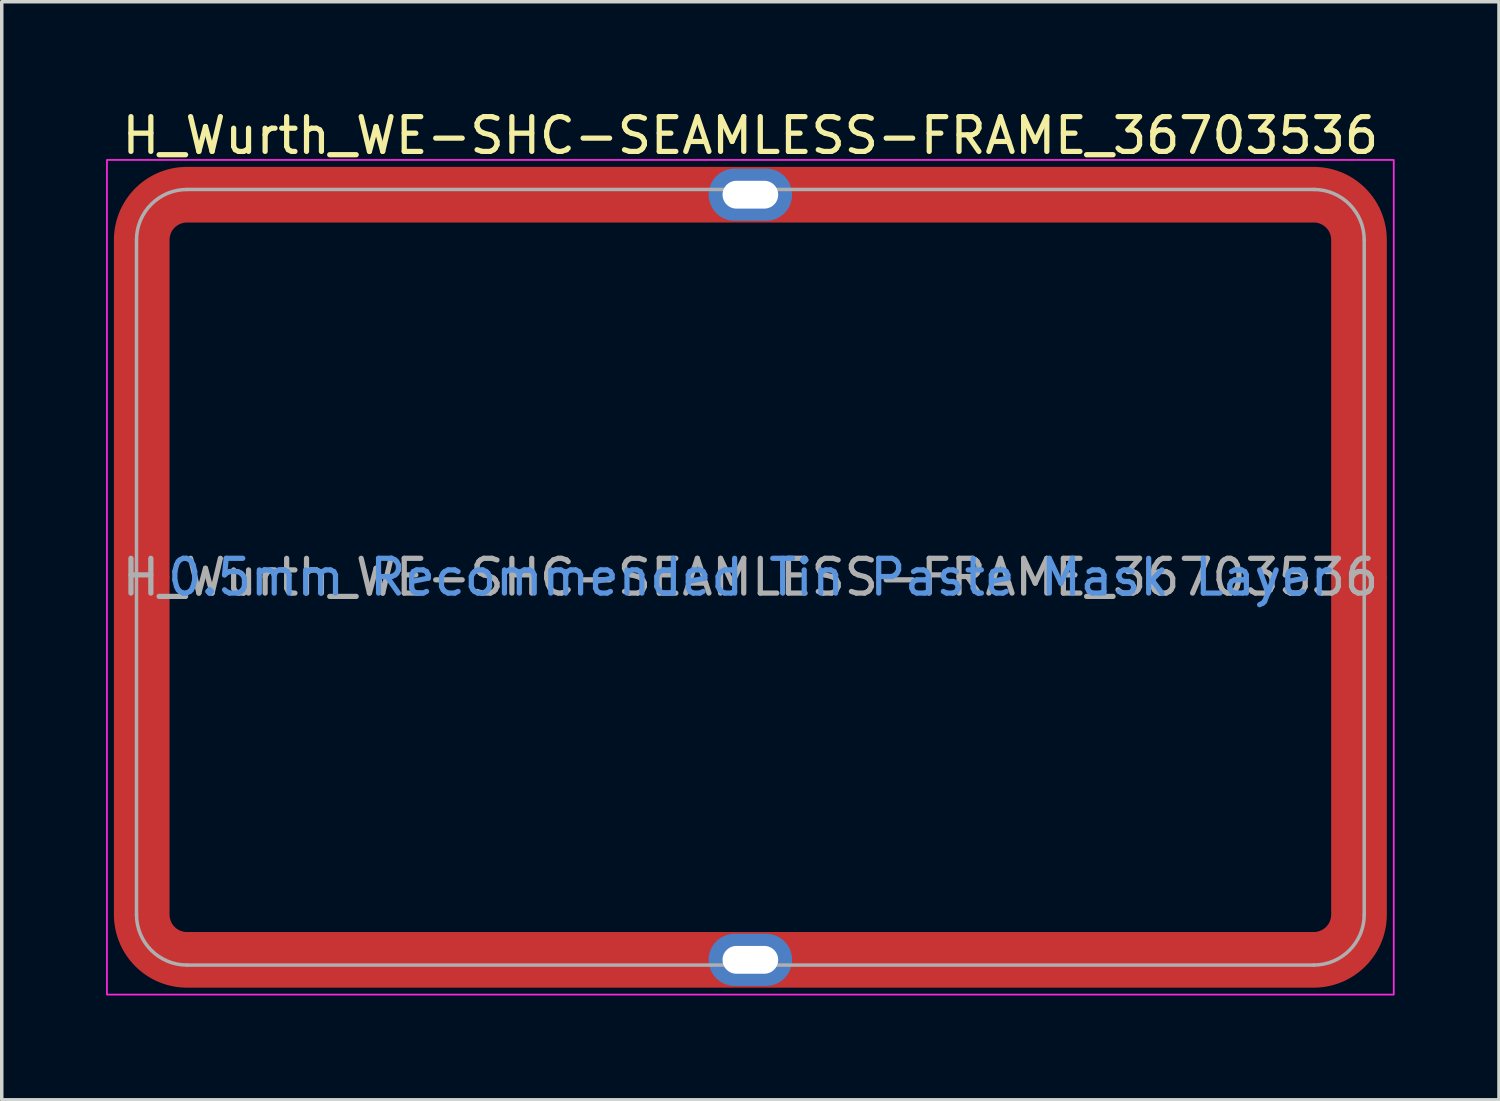
<source format=kicad_pcb>
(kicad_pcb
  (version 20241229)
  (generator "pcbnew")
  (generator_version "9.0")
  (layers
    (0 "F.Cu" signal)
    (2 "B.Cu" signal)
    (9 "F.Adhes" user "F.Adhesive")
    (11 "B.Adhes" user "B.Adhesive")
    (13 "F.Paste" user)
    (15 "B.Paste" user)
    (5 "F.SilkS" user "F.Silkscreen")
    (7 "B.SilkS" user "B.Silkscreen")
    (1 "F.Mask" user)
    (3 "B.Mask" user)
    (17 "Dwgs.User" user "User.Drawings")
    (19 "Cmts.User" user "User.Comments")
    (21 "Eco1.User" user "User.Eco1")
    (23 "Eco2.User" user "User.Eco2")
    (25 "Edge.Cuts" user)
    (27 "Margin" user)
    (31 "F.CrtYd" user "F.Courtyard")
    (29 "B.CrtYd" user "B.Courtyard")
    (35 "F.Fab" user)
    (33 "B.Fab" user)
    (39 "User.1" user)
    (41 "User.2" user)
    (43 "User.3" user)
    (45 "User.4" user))
  (footprint "H_Wurth_WE-SHC-SEAMLESS-FRAME_36703536"
    (layer "F.Cu")
    (at 18.525 13.548)
    (property "Reference" "H_Wurth_WE-SHC-SEAMLESS-FRAME_36703536" (at 0 -12.7 0) (unlocked yes) (layer "F.SilkS") (effects (font (size 1 1) (thickness 0.15))))
    (attr smd)
    (fp_poly (pts (xy -16.75 0.004) (xy -18.25 0.004) (xy -18.25 -9.7) (xy -18.247 -9.807) (xy -18.239 -9.914) (xy -18.225 -10.021) (xy -18.205 -10.126) (xy -18.18 -10.231) (xy -18.15 -10.333) (xy -18.114 -10.435) (xy -18.073 -10.534) (xy -18.027 -10.631) (xy -17.975 -10.725) (xy -17.919 -10.817) (xy -17.858 -10.905) (xy -17.793 -10.99) (xy -17.723 -11.072) (xy -17.65 -11.15) (xy -17.572 -11.223) (xy -17.49 -11.293) (xy -17.405 -11.358) (xy -17.317 -11.419) (xy -17.225 -11.475) (xy -17.131 -11.527) (xy -17.034 -11.573) (xy -16.935 -11.614) (xy -16.833 -11.65) (xy -16.731 -11.68) (xy -16.626 -11.705) (xy -16.521 -11.725) (xy -16.414 -11.739) (xy -16.307 -11.747) (xy -16.2 -11.75) (xy 16.2 -11.75) (xy 16.307 -11.747) (xy 16.414 -11.739) (xy 16.521 -11.725) (xy 16.626 -11.705) (xy 16.731 -11.68) (xy 16.833 -11.65) (xy 16.935 -11.614) (xy 17.034 -11.573) (xy 17.131 -11.527) (xy 17.225 -11.475) (xy 17.317 -11.419) (xy 17.405 -11.358) (xy 17.49 -11.293) (xy 17.572 -11.223) (xy 17.65 -11.15) (xy 17.723 -11.072) (xy 17.793 -10.99) (xy 17.858 -10.905) (xy 17.919 -10.817) (xy 17.975 -10.725) (xy 18.027 -10.631) (xy 18.073 -10.534) (xy 18.114 -10.435) (xy 18.15 -10.333) (xy 18.18 -10.231) (xy 18.205 -10.126) (xy 18.225 -10.021) (xy 18.239 -9.914) (xy 18.247 -9.807) (xy 18.25 -9.7) (xy 18.25 0.004) (xy 16.75 0.004) (xy 16.75 -9.7) (xy 16.749 -9.729) (xy 16.747 -9.757) (xy 16.743 -9.786) (xy 16.738 -9.814) (xy 16.731 -9.842) (xy 16.723 -9.87) (xy 16.713 -9.897) (xy 16.702 -9.924) (xy 16.69 -9.95) (xy 16.676 -9.975) (xy 16.661 -10) (xy 16.645 -10.023) (xy 16.627 -10.046) (xy 16.609 -10.068) (xy 16.589 -10.089) (xy 16.568 -10.109) (xy 16.546 -10.127) (xy 16.523 -10.145) (xy 16.5 -10.161) (xy 16.475 -10.176) (xy 16.45 -10.19) (xy 16.424 -10.202) (xy 16.397 -10.213) (xy 16.37 -10.223) (xy 16.342 -10.231) (xy 16.314 -10.238) (xy 16.286 -10.243) (xy 16.257 -10.247) (xy 16.229 -10.249) (xy 16.2 -10.25) (xy -16.2 -10.25) (xy -16.229 -10.249) (xy -16.257 -10.247) (xy -16.286 -10.243) (xy -16.314 -10.238) (xy -16.342 -10.231) (xy -16.37 -10.223) (xy -16.397 -10.213) (xy -16.424 -10.202) (xy -16.45 -10.19) (xy -16.475 -10.176) (xy -16.5 -10.161) (xy -16.523 -10.145) (xy -16.546 -10.127) (xy -16.568 -10.109) (xy -16.589 -10.089) (xy -16.609 -10.068) (xy -16.627 -10.046) (xy -16.645 -10.023) (xy -16.661 -10) (xy -16.676 -9.975) (xy -16.69 -9.95) (xy -16.702 -9.924) (xy -16.713 -9.897) (xy -16.723 -9.87) (xy -16.731 -9.842) (xy -16.738 -9.814) (xy -16.743 -9.786) (xy -16.747 -9.757) (xy -16.749 -9.729) (xy -16.75 -9.7) (xy -16.75 -0.25)) (stroke (width 0.1) (type solid)) (fill yes) (layer "F.Cu"))
    (fp_poly (pts (xy 16.75 -0.004) (xy 18.25 -0.004) (xy 18.25 9.7) (xy 18.247 9.807) (xy 18.239 9.914) (xy 18.225 10.021) (xy 18.205 10.126) (xy 18.18 10.231) (xy 18.15 10.333) (xy 18.114 10.435) (xy 18.073 10.534) (xy 18.027 10.631) (xy 17.975 10.725) (xy 17.919 10.817) (xy 17.858 10.905) (xy 17.793 10.99) (xy 17.723 11.072) (xy 17.65 11.15) (xy 17.572 11.223) (xy 17.49 11.293) (xy 17.405 11.358) (xy 17.317 11.419) (xy 17.225 11.475) (xy 17.131 11.527) (xy 17.034 11.573) (xy 16.935 11.614) (xy 16.833 11.65) (xy 16.731 11.68) (xy 16.626 11.705) (xy 16.521 11.725) (xy 16.414 11.739) (xy 16.307 11.747) (xy 16.2 11.75) (xy -16.2 11.75) (xy -16.307 11.747) (xy -16.414 11.739) (xy -16.521 11.725) (xy -16.626 11.705) (xy -16.731 11.68) (xy -16.833 11.65) (xy -16.935 11.614) (xy -17.034 11.573) (xy -17.131 11.527) (xy -17.225 11.475) (xy -17.317 11.419) (xy -17.405 11.358) (xy -17.49 11.293) (xy -17.572 11.223) (xy -17.65 11.15) (xy -17.723 11.072) (xy -17.793 10.99) (xy -17.858 10.905) (xy -17.919 10.817) (xy -17.975 10.725) (xy -18.027 10.631) (xy -18.073 10.534) (xy -18.114 10.435) (xy -18.15 10.333) (xy -18.18 10.231) (xy -18.205 10.126) (xy -18.225 10.021) (xy -18.239 9.914) (xy -18.247 9.807) (xy -18.25 9.7) (xy -18.25 -0.004) (xy -16.75 -0.004) (xy -16.75 9.7) (xy -16.749 9.729) (xy -16.747 9.757) (xy -16.743 9.786) (xy -16.738 9.814) (xy -16.731 9.842) (xy -16.723 9.87) (xy -16.713 9.897) (xy -16.702 9.924) (xy -16.69 9.95) (xy -16.676 9.975) (xy -16.661 10) (xy -16.645 10.023) (xy -16.627 10.046) (xy -16.609 10.068) (xy -16.589 10.089) (xy -16.568 10.109) (xy -16.546 10.127) (xy -16.523 10.145) (xy -16.5 10.161) (xy -16.475 10.176) (xy -16.45 10.19) (xy -16.424 10.202) (xy -16.397 10.213) (xy -16.37 10.223) (xy -16.342 10.231) (xy -16.314 10.238) (xy -16.286 10.243) (xy -16.257 10.247) (xy -16.229 10.249) (xy -16.2 10.25) (xy 16.2 10.25) (xy 16.229 10.249) (xy 16.257 10.247) (xy 16.286 10.243) (xy 16.314 10.238) (xy 16.342 10.231) (xy 16.37 10.223) (xy 16.397 10.213) (xy 16.424 10.202) (xy 16.45 10.19) (xy 16.475 10.176) (xy 16.5 10.161) (xy 16.523 10.145) (xy 16.546 10.127) (xy 16.568 10.109) (xy 16.589 10.089) (xy 16.609 10.068) (xy 16.627 10.046) (xy 16.645 10.023) (xy 16.661 10) (xy 16.676 9.975) (xy 16.69 9.95) (xy 16.702 9.924) (xy 16.713 9.897) (xy 16.723 9.87) (xy 16.731 9.842) (xy 16.738 9.814) (xy 16.743 9.786) (xy 16.747 9.757) (xy 16.749 9.729) (xy 16.75 9.7) (xy 16.75 0.25)) (stroke (width 0.1) (type solid)) (fill yes) (layer "F.Cu"))
    (fp_poly (pts (xy -16.75 0.004) (xy -18.25 0.004) (xy -18.25 -9.7) (xy -18.247 -9.807) (xy -18.239 -9.914) (xy -18.225 -10.021) (xy -18.205 -10.126) (xy -18.18 -10.231) (xy -18.15 -10.333) (xy -18.114 -10.435) (xy -18.073 -10.534) (xy -18.027 -10.631) (xy -17.975 -10.725) (xy -17.919 -10.817) (xy -17.858 -10.905) (xy -17.793 -10.99) (xy -17.723 -11.072) (xy -17.65 -11.15) (xy -17.572 -11.223) (xy -17.49 -11.293) (xy -17.405 -11.358) (xy -17.317 -11.419) (xy -17.225 -11.475) (xy -17.131 -11.527) (xy -17.034 -11.573) (xy -16.935 -11.614) (xy -16.833 -11.65) (xy -16.731 -11.68) (xy -16.626 -11.705) (xy -16.521 -11.725) (xy -16.414 -11.739) (xy -16.307 -11.747) (xy -16.2 -11.75) (xy 16.2 -11.75) (xy 16.307 -11.747) (xy 16.414 -11.739) (xy 16.521 -11.725) (xy 16.626 -11.705) (xy 16.731 -11.68) (xy 16.833 -11.65) (xy 16.935 -11.614) (xy 17.034 -11.573) (xy 17.131 -11.527) (xy 17.225 -11.475) (xy 17.317 -11.419) (xy 17.405 -11.358) (xy 17.49 -11.293) (xy 17.572 -11.223) (xy 17.65 -11.15) (xy 17.723 -11.072) (xy 17.793 -10.99) (xy 17.858 -10.905) (xy 17.919 -10.817) (xy 17.975 -10.725) (xy 18.027 -10.631) (xy 18.073 -10.534) (xy 18.114 -10.435) (xy 18.15 -10.333) (xy 18.18 -10.231) (xy 18.205 -10.126) (xy 18.225 -10.021) (xy 18.239 -9.914) (xy 18.247 -9.807) (xy 18.25 -9.7) (xy 18.25 0.004) (xy 16.75 0.004) (xy 16.75 -9.7) (xy 16.749 -9.729) (xy 16.747 -9.757) (xy 16.743 -9.786) (xy 16.738 -9.814) (xy 16.731 -9.842) (xy 16.723 -9.87) (xy 16.713 -9.897) (xy 16.702 -9.924) (xy 16.69 -9.95) (xy 16.676 -9.975) (xy 16.661 -10) (xy 16.645 -10.023) (xy 16.627 -10.046) (xy 16.609 -10.068) (xy 16.589 -10.089) (xy 16.568 -10.109) (xy 16.546 -10.127) (xy 16.523 -10.145) (xy 16.5 -10.161) (xy 16.475 -10.176) (xy 16.45 -10.19) (xy 16.424 -10.202) (xy 16.397 -10.213) (xy 16.37 -10.223) (xy 16.342 -10.231) (xy 16.314 -10.238) (xy 16.286 -10.243) (xy 16.257 -10.247) (xy 16.229 -10.249) (xy 16.2 -10.25) (xy -16.2 -10.25) (xy -16.229 -10.249) (xy -16.257 -10.247) (xy -16.286 -10.243) (xy -16.314 -10.238) (xy -16.342 -10.231) (xy -16.37 -10.223) (xy -16.397 -10.213) (xy -16.424 -10.202) (xy -16.45 -10.19) (xy -16.475 -10.176) (xy -16.5 -10.161) (xy -16.523 -10.145) (xy -16.546 -10.127) (xy -16.568 -10.109) (xy -16.589 -10.089) (xy -16.609 -10.068) (xy -16.627 -10.046) (xy -16.645 -10.023) (xy -16.661 -10) (xy -16.676 -9.975) (xy -16.69 -9.95) (xy -16.702 -9.924) (xy -16.713 -9.897) (xy -16.723 -9.87) (xy -16.731 -9.842) (xy -16.738 -9.814) (xy -16.743 -9.786) (xy -16.747 -9.757) (xy -16.749 -9.729) (xy -16.75 -9.7) (xy -16.75 -0.25)) (stroke (width 0.1) (type solid)) (fill yes) (layer "F.Mask"))
    (fp_poly (pts (xy 16.75 -0.004) (xy 18.25 -0.004) (xy 18.25 9.7) (xy 18.247 9.807) (xy 18.239 9.914) (xy 18.225 10.021) (xy 18.205 10.126) (xy 18.18 10.231) (xy 18.15 10.333) (xy 18.114 10.435) (xy 18.073 10.534) (xy 18.027 10.631) (xy 17.975 10.725) (xy 17.919 10.817) (xy 17.858 10.905) (xy 17.793 10.99) (xy 17.723 11.072) (xy 17.65 11.15) (xy 17.572 11.223) (xy 17.49 11.293) (xy 17.405 11.358) (xy 17.317 11.419) (xy 17.225 11.475) (xy 17.131 11.527) (xy 17.034 11.573) (xy 16.935 11.614) (xy 16.833 11.65) (xy 16.731 11.68) (xy 16.626 11.705) (xy 16.521 11.725) (xy 16.414 11.739) (xy 16.307 11.747) (xy 16.2 11.75) (xy -16.2 11.75) (xy -16.307 11.747) (xy -16.414 11.739) (xy -16.521 11.725) (xy -16.626 11.705) (xy -16.731 11.68) (xy -16.833 11.65) (xy -16.935 11.614) (xy -17.034 11.573) (xy -17.131 11.527) (xy -17.225 11.475) (xy -17.317 11.419) (xy -17.405 11.358) (xy -17.49 11.293) (xy -17.572 11.223) (xy -17.65 11.15) (xy -17.723 11.072) (xy -17.793 10.99) (xy -17.858 10.905) (xy -17.919 10.817) (xy -17.975 10.725) (xy -18.027 10.631) (xy -18.073 10.534) (xy -18.114 10.435) (xy -18.15 10.333) (xy -18.18 10.231) (xy -18.205 10.126) (xy -18.225 10.021) (xy -18.239 9.914) (xy -18.247 9.807) (xy -18.25 9.7) (xy -18.25 -0.004) (xy -16.75 -0.004) (xy -16.75 9.7) (xy -16.749 9.729) (xy -16.747 9.757) (xy -16.743 9.786) (xy -16.738 9.814) (xy -16.731 9.842) (xy -16.723 9.87) (xy -16.713 9.897) (xy -16.702 9.924) (xy -16.69 9.95) (xy -16.676 9.975) (xy -16.661 10) (xy -16.645 10.023) (xy -16.627 10.046) (xy -16.609 10.068) (xy -16.589 10.089) (xy -16.568 10.109) (xy -16.546 10.127) (xy -16.523 10.145) (xy -16.5 10.161) (xy -16.475 10.176) (xy -16.45 10.19) (xy -16.424 10.202) (xy -16.397 10.213) (xy -16.37 10.223) (xy -16.342 10.231) (xy -16.314 10.238) (xy -16.286 10.243) (xy -16.257 10.247) (xy -16.229 10.249) (xy -16.2 10.25) (xy 16.2 10.25) (xy 16.229 10.249) (xy 16.257 10.247) (xy 16.286 10.243) (xy 16.314 10.238) (xy 16.342 10.231) (xy 16.37 10.223) (xy 16.397 10.213) (xy 16.424 10.202) (xy 16.45 10.19) (xy 16.475 10.176) (xy 16.5 10.161) (xy 16.523 10.145) (xy 16.546 10.127) (xy 16.568 10.109) (xy 16.589 10.089) (xy 16.609 10.068) (xy 16.627 10.046) (xy 16.645 10.023) (xy 16.661 10) (xy 16.676 9.975) (xy 16.69 9.95) (xy 16.702 9.924) (xy 16.713 9.897) (xy 16.723 9.87) (xy 16.731 9.842) (xy 16.738 9.814) (xy 16.743 9.786) (xy 16.747 9.757) (xy 16.749 9.729) (xy 16.75 9.7) (xy 16.75 0.25)) (stroke (width 0.1) (type solid)) (fill yes) (layer "F.Mask"))
    (fp_poly (pts (xy -16.75 0.004) (xy -18.25 0.004) (xy -18.25 -9.7) (xy -18.247 -9.807) (xy -18.239 -9.914) (xy -18.225 -10.021) (xy -18.205 -10.126) (xy -18.18 -10.231) (xy -18.15 -10.333) (xy -18.114 -10.435) (xy -18.073 -10.534) (xy -18.027 -10.631) (xy -17.975 -10.725) (xy -17.919 -10.817) (xy -17.858 -10.905) (xy -17.793 -10.99) (xy -17.723 -11.072) (xy -17.65 -11.15) (xy -17.572 -11.223) (xy -17.49 -11.293) (xy -17.405 -11.358) (xy -17.317 -11.419) (xy -17.225 -11.475) (xy -17.131 -11.527) (xy -17.034 -11.573) (xy -16.935 -11.614) (xy -16.833 -11.65) (xy -16.731 -11.68) (xy -16.626 -11.705) (xy -16.521 -11.725) (xy -16.414 -11.739) (xy -16.307 -11.747) (xy -16.2 -11.75) (xy 16.2 -11.75) (xy 16.307 -11.747) (xy 16.414 -11.739) (xy 16.521 -11.725) (xy 16.626 -11.705) (xy 16.731 -11.68) (xy 16.833 -11.65) (xy 16.935 -11.614) (xy 17.034 -11.573) (xy 17.131 -11.527) (xy 17.225 -11.475) (xy 17.317 -11.419) (xy 17.405 -11.358) (xy 17.49 -11.293) (xy 17.572 -11.223) (xy 17.65 -11.15) (xy 17.723 -11.072) (xy 17.793 -10.99) (xy 17.858 -10.905) (xy 17.919 -10.817) (xy 17.975 -10.725) (xy 18.027 -10.631) (xy 18.073 -10.534) (xy 18.114 -10.435) (xy 18.15 -10.333) (xy 18.18 -10.231) (xy 18.205 -10.126) (xy 18.225 -10.021) (xy 18.239 -9.914) (xy 18.247 -9.807) (xy 18.25 -9.7) (xy 18.25 0.004) (xy 16.75 0.004) (xy 16.75 -9.7) (xy 16.749 -9.729) (xy 16.747 -9.757) (xy 16.743 -9.786) (xy 16.738 -9.814) (xy 16.731 -9.842) (xy 16.723 -9.87) (xy 16.713 -9.897) (xy 16.702 -9.924) (xy 16.69 -9.95) (xy 16.676 -9.975) (xy 16.661 -10) (xy 16.645 -10.023) (xy 16.627 -10.046) (xy 16.609 -10.068) (xy 16.589 -10.089) (xy 16.568 -10.109) (xy 16.546 -10.127) (xy 16.523 -10.145) (xy 16.5 -10.161) (xy 16.475 -10.176) (xy 16.45 -10.19) (xy 16.424 -10.202) (xy 16.397 -10.213) (xy 16.37 -10.223) (xy 16.342 -10.231) (xy 16.314 -10.238) (xy 16.286 -10.243) (xy 16.257 -10.247) (xy 16.229 -10.249) (xy 16.2 -10.25) (xy -16.2 -10.25) (xy -16.229 -10.249) (xy -16.257 -10.247) (xy -16.286 -10.243) (xy -16.314 -10.238) (xy -16.342 -10.231) (xy -16.37 -10.223) (xy -16.397 -10.213) (xy -16.424 -10.202) (xy -16.45 -10.19) (xy -16.475 -10.176) (xy -16.5 -10.161) (xy -16.523 -10.145) (xy -16.546 -10.127) (xy -16.568 -10.109) (xy -16.589 -10.089) (xy -16.609 -10.068) (xy -16.627 -10.046) (xy -16.645 -10.023) (xy -16.661 -10) (xy -16.676 -9.975) (xy -16.69 -9.95) (xy -16.702 -9.924) (xy -16.713 -9.897) (xy -16.723 -9.87) (xy -16.731 -9.842) (xy -16.738 -9.814) (xy -16.743 -9.786) (xy -16.747 -9.757) (xy -16.749 -9.729) (xy -16.75 -9.7) (xy -16.75 -0.25)) (stroke (width 0.1) (type solid)) (fill yes) (layer "F.Paste"))
    (fp_poly (pts (xy 16.75 -0.004) (xy 18.25 -0.004) (xy 18.25 9.7) (xy 18.247 9.807) (xy 18.239 9.914) (xy 18.225 10.021) (xy 18.205 10.126) (xy 18.18 10.231) (xy 18.15 10.333) (xy 18.114 10.435) (xy 18.073 10.534) (xy 18.027 10.631) (xy 17.975 10.725) (xy 17.919 10.817) (xy 17.858 10.905) (xy 17.793 10.99) (xy 17.723 11.072) (xy 17.65 11.15) (xy 17.572 11.223) (xy 17.49 11.293) (xy 17.405 11.358) (xy 17.317 11.419) (xy 17.225 11.475) (xy 17.131 11.527) (xy 17.034 11.573) (xy 16.935 11.614) (xy 16.833 11.65) (xy 16.731 11.68) (xy 16.626 11.705) (xy 16.521 11.725) (xy 16.414 11.739) (xy 16.307 11.747) (xy 16.2 11.75) (xy -16.2 11.75) (xy -16.307 11.747) (xy -16.414 11.739) (xy -16.521 11.725) (xy -16.626 11.705) (xy -16.731 11.68) (xy -16.833 11.65) (xy -16.935 11.614) (xy -17.034 11.573) (xy -17.131 11.527) (xy -17.225 11.475) (xy -17.317 11.419) (xy -17.405 11.358) (xy -17.49 11.293) (xy -17.572 11.223) (xy -17.65 11.15) (xy -17.723 11.072) (xy -17.793 10.99) (xy -17.858 10.905) (xy -17.919 10.817) (xy -17.975 10.725) (xy -18.027 10.631) (xy -18.073 10.534) (xy -18.114 10.435) (xy -18.15 10.333) (xy -18.18 10.231) (xy -18.205 10.126) (xy -18.225 10.021) (xy -18.239 9.914) (xy -18.247 9.807) (xy -18.25 9.7) (xy -18.25 -0.004) (xy -16.75 -0.004) (xy -16.75 9.7) (xy -16.749 9.729) (xy -16.747 9.757) (xy -16.743 9.786) (xy -16.738 9.814) (xy -16.731 9.842) (xy -16.723 9.87) (xy -16.713 9.897) (xy -16.702 9.924) (xy -16.69 9.95) (xy -16.676 9.975) (xy -16.661 10) (xy -16.645 10.023) (xy -16.627 10.046) (xy -16.609 10.068) (xy -16.589 10.089) (xy -16.568 10.109) (xy -16.546 10.127) (xy -16.523 10.145) (xy -16.5 10.161) (xy -16.475 10.176) (xy -16.45 10.19) (xy -16.424 10.202) (xy -16.397 10.213) (xy -16.37 10.223) (xy -16.342 10.231) (xy -16.314 10.238) (xy -16.286 10.243) (xy -16.257 10.247) (xy -16.229 10.249) (xy -16.2 10.25) (xy 16.2 10.25) (xy 16.229 10.249) (xy 16.257 10.247) (xy 16.286 10.243) (xy 16.314 10.238) (xy 16.342 10.231) (xy 16.37 10.223) (xy 16.397 10.213) (xy 16.424 10.202) (xy 16.45 10.19) (xy 16.475 10.176) (xy 16.5 10.161) (xy 16.523 10.145) (xy 16.546 10.127) (xy 16.568 10.109) (xy 16.589 10.089) (xy 16.609 10.068) (xy 16.627 10.046) (xy 16.645 10.023) (xy 16.661 10) (xy 16.676 9.975) (xy 16.69 9.95) (xy 16.702 9.924) (xy 16.713 9.897) (xy 16.723 9.87) (xy 16.731 9.842) (xy 16.738 9.814) (xy 16.743 9.786) (xy 16.747 9.757) (xy 16.749 9.729) (xy 16.75 9.7) (xy 16.75 0.25)) (stroke (width 0.1) (type solid)) (fill yes) (layer "F.Paste"))
    (fp_rect (start -18.5 -12) (end 18.5 12) (stroke (width 0.05) (type solid)) (fill no) (layer "F.CrtYd"))
    (fp_line (start -17.65 9.7) (end -17.65 -9.7) (stroke (width 0.1) (type solid)) (layer "F.Fab"))
    (fp_line (start -16.2 -11.15) (end 16.2 -11.15) (stroke (width 0.1) (type solid)) (layer "F.Fab"))
    (fp_line (start -16.2 11.15) (end 16.2 11.15) (stroke (width 0.1) (type solid)) (layer "F.Fab"))
    (fp_line (start 17.65 9.7) (end 17.65 -9.7) (stroke (width 0.1) (type solid)) (layer "F.Fab"))
    (fp_arc (start -17.65 -9.7) (mid -17.225305 -10.725304) (end -16.2 -11.15) (stroke (width 0.1) (type solid)) (layer "F.Fab"))
    (fp_arc (start -16.2 11.15) (mid -17.225304 10.725305) (end -17.65 9.7) (stroke (width 0.1) (type solid)) (layer "F.Fab"))
    (fp_arc (start 16.2 -11.15) (mid 17.225304 -10.725305) (end 17.65 -9.7) (stroke (width 0.1) (type solid)) (layer "F.Fab"))
    (fp_arc (start 17.65 9.7) (mid 17.225305 10.725304) (end 16.2 11.15) (stroke (width 0.1) (type solid)) (layer "F.Fab"))
    (fp_text user "0.5mm Recommended Tin Paste Mask Layer" (at 0 0 0) (unlocked yes) (layer "Cmts.User") (effects (font (size 1 1) (thickness 0.15))))
    (fp_text user "${REFERENCE}" (at 0 0 0) (unlocked yes) (layer "F.Fab") (effects (font (size 1 1) (thickness 0.15))))
    (pad "1" thru_hole oval (at 0 -11) (size 2.4 1.5) (drill oval 1.6 0.8) (layers "*.Cu" "*.Mask"))
    (pad "1" thru_hole oval (at 0 11) (size 2.4 1.5) (drill oval 1.6 0.8) (layers "*.Cu" "*.Mask")))
  (gr_rect
    (start -3 -3)
    (end 40.05 28.573)
    (stroke (width 0.1) (type default))
    (fill no)
    (layer "Edge.Cuts")))
</source>
